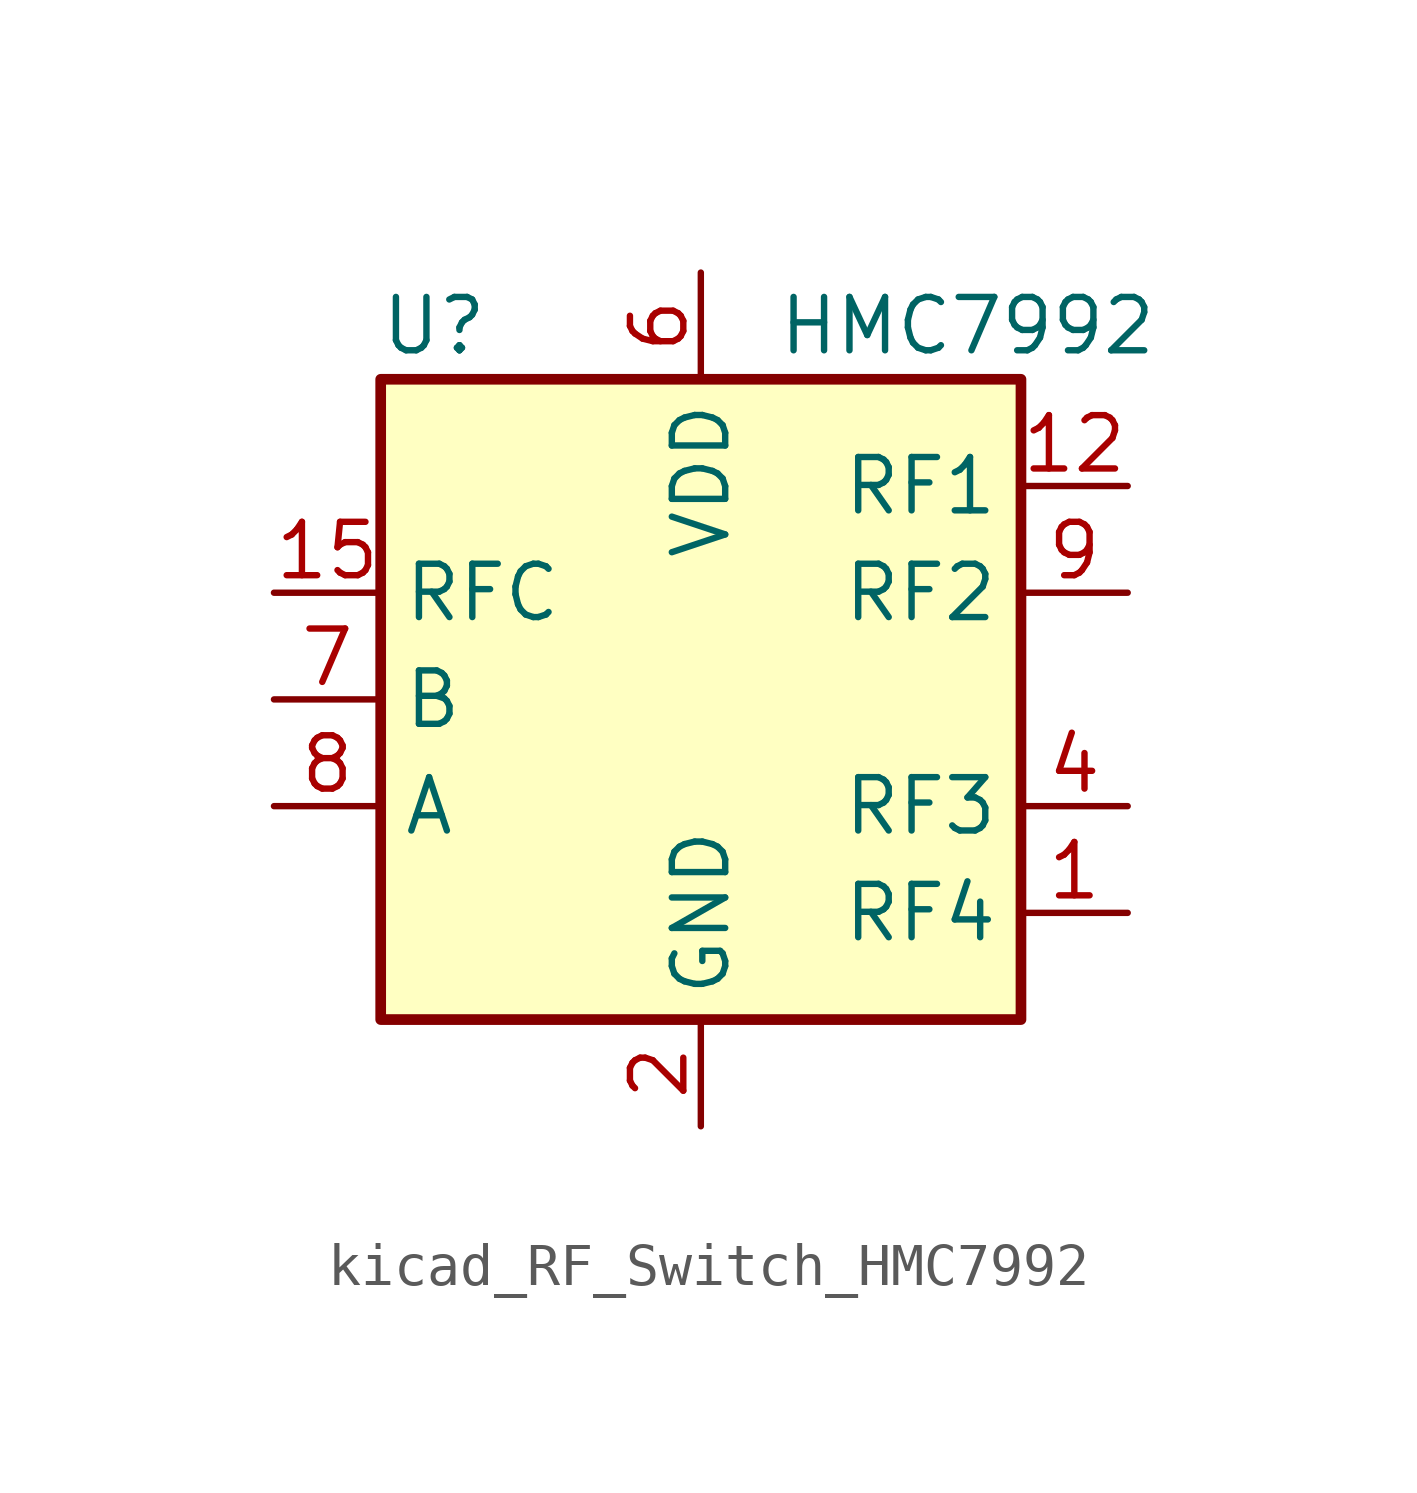
<source format=kicad_sym>
(kicad_symbol_lib
  (version 20220914)
  (generator kicad_symbol_editor)
  (symbol "kicad_RF_Switch_HMC7992"
    (property "Reference" "U"
      (at -6.35 8.89 0)
      (effects (font (size 1.27 1.27))))
    (property "Value" "HMC7992"
      (at 6.35 8.89 0)
      (effects (font (size 1.27 1.27))))
    (symbol "kicad_RF_Switch_HMC7992_0_1"
      (rectangle (start -7.62 7.62) (end 7.62 -7.62) (stroke (width 0.254) (type default)) (fill (type background))))
    (symbol "kicad_RF_Switch_HMC7992_1_1"
      (pin passive line (at 10.16 -5.08 180) (length 2.54) (name "RF4" (effects (font (size 1.27 1.27)))) (number "1" (effects (font (size 1.27 1.27)))))
      (pin passive line (at 0 -10.16 90) (length 2.54) hide (name "GND" (effects (font (size 1.27 1.27)))) (number "10" (effects (font (size 1.27 1.27)))))
      (pin passive line (at 0 -10.16 90) (length 2.54) hide (name "GND" (effects (font (size 1.27 1.27)))) (number "11" (effects (font (size 1.27 1.27)))))
      (pin passive line (at 10.16 5.08 180) (length 2.54) (name "RF1" (effects (font (size 1.27 1.27)))) (number "12" (effects (font (size 1.27 1.27)))))
      (pin passive line (at 0 -10.16 90) (length 2.54) hide (name "GND" (effects (font (size 1.27 1.27)))) (number "13" (effects (font (size 1.27 1.27)))))
      (pin passive line (at 0 -10.16 90) (length 2.54) hide (name "GND" (effects (font (size 1.27 1.27)))) (number "14" (effects (font (size 1.27 1.27)))))
      (pin passive line (at -10.16 2.54 0) (length 2.54) (name "RFC" (effects (font (size 1.27 1.27)))) (number "15" (effects (font (size 1.27 1.27)))))
      (pin passive line (at 0 -10.16 90) (length 2.54) hide (name "GND" (effects (font (size 1.27 1.27)))) (number "16" (effects (font (size 1.27 1.27)))))
      (pin passive line (at 0 -10.16 90) (length 2.54) hide (name "GND" (effects (font (size 1.27 1.27)))) (number "17" (effects (font (size 1.27 1.27)))))
      (pin power_in line (at 0 -10.16 90) (length 2.54) (name "GND" (effects (font (size 1.27 1.27)))) (number "2" (effects (font (size 1.27 1.27)))))
      (pin passive line (at 0 -10.16 90) (length 2.54) hide (name "GND" (effects (font (size 1.27 1.27)))) (number "3" (effects (font (size 1.27 1.27)))))
      (pin passive line (at 10.16 -2.54 180) (length 2.54) (name "RF3" (effects (font (size 1.27 1.27)))) (number "4" (effects (font (size 1.27 1.27)))))
      (pin passive line (at 0 -10.16 90) (length 2.54) hide (name "GND" (effects (font (size 1.27 1.27)))) (number "5" (effects (font (size 1.27 1.27)))))
      (pin power_in line (at 0 10.16 270) (length 2.54) (name "VDD" (effects (font (size 1.27 1.27)))) (number "6" (effects (font (size 1.27 1.27)))))
      (pin input line (at -10.16 0 0) (length 2.54) (name "B" (effects (font (size 1.27 1.27)))) (number "7" (effects (font (size 1.27 1.27)))))
      (pin input line (at -10.16 -2.54 0) (length 2.54) (name "A" (effects (font (size 1.27 1.27)))) (number "8" (effects (font (size 1.27 1.27)))))
      (pin passive line (at 10.16 2.54 180) (length 2.54) (name "RF2" (effects (font (size 1.27 1.27)))) (number "9" (effects (font (size 1.27 1.27))))))))
</source>
